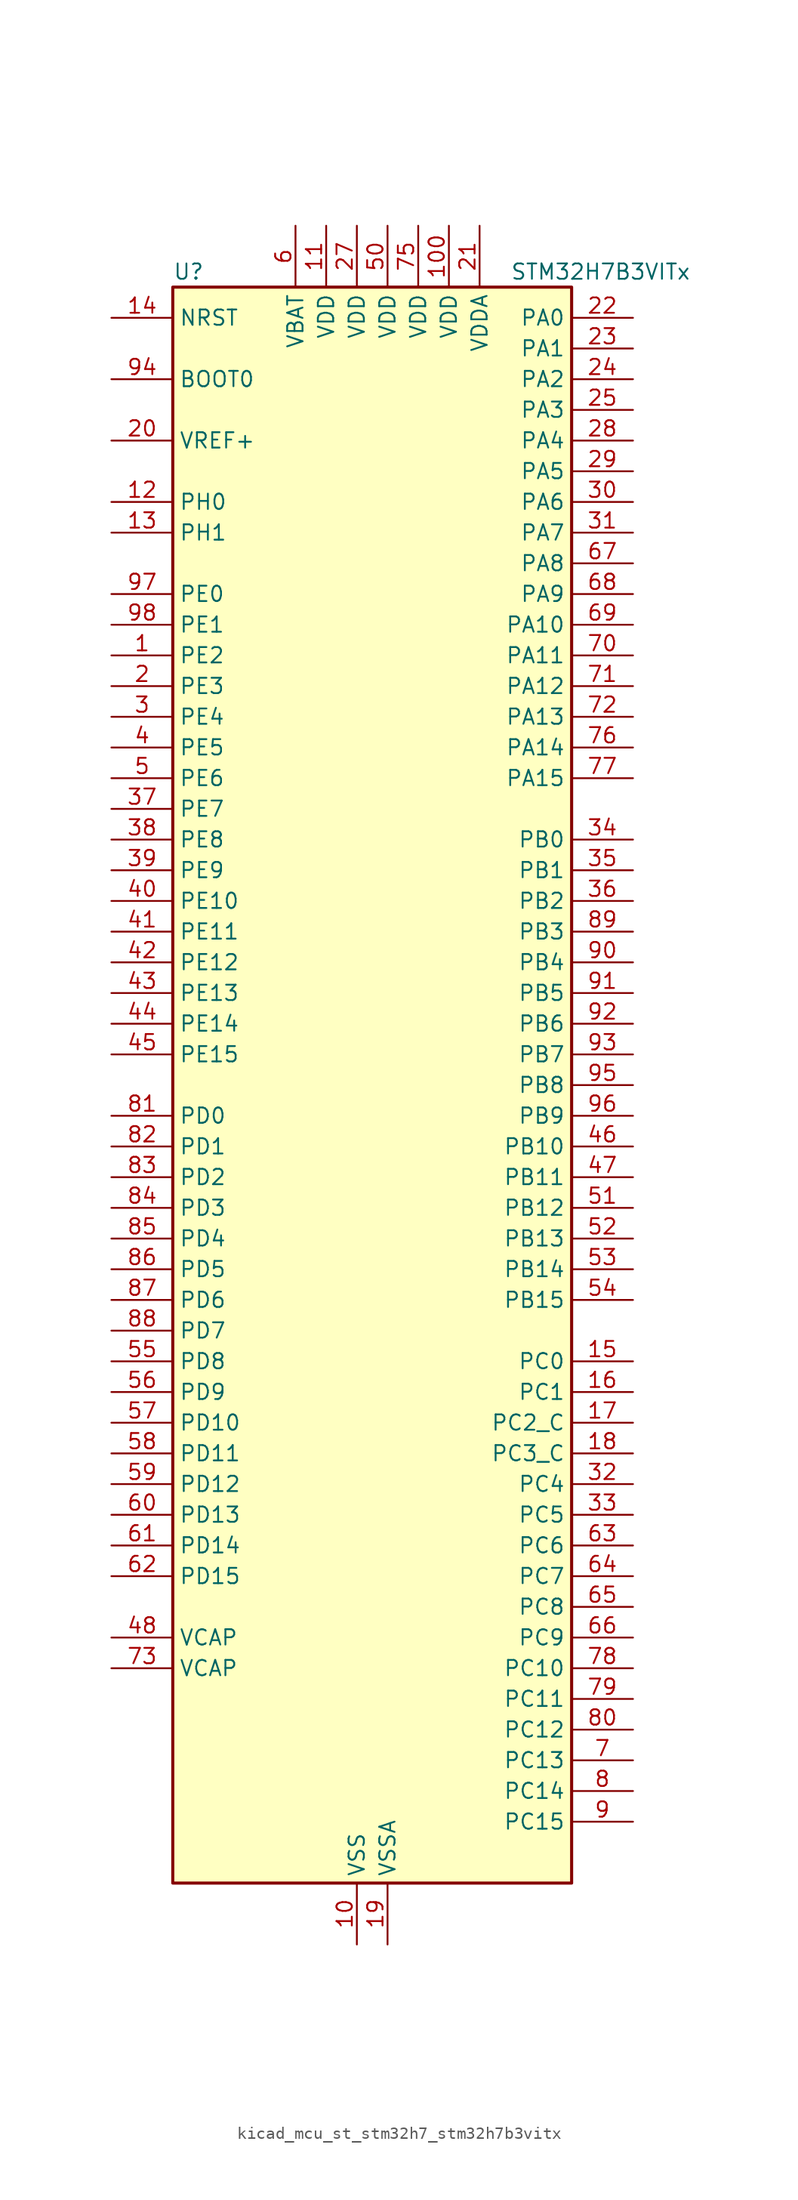
<source format=kicad_sym>
(kicad_symbol_lib
  (version 20220914)
  (generator kicad_symbol_editor)
  (symbol "kicad_mcu_st_stm32h7_stm32h7b3vitx"
    (property "Reference" "U"
      (at -15.24 67.31 0)
      (effects (font (size 1.27 1.27)) (justify left)))
    (property "Value" "STM32H7B3VITx"
      (at 12.7 67.31 0)
      (effects (font (size 1.27 1.27)) (justify left)))
    (property "ki_locked" ""
      (at 0 0 0)
      (effects (font (size 1.27 1.27))))
    (symbol "kicad_mcu_st_stm32h7_stm32h7b3vitx_0_1"
      (rectangle (start -15.24 -66.04) (end 17.78 66.04) (stroke (width 0.254) (type default)) (fill (type background))))
    (symbol "kicad_mcu_st_stm32h7_stm32h7b3vitx_1_1"
      (pin bidirectional line (at -20.32 35.56 0) (length 5.08) (name "PE2" (effects (font (size 1.27 1.27)))) (number "1" (effects (font (size 1.27 1.27)))) (alternate "DEBUG_TRACECLK" bidirectional line) (alternate "FMC_A23" bidirectional line) (alternate "OCTOSPIM_P1_IO2" bidirectional line) (alternate "SAI1_CK1" bidirectional line) (alternate "SAI1_MCLK_A" bidirectional line) (alternate "SPI4_SCK" bidirectional line) (alternate "USART10_RX" bidirectional line))
      (pin power_in line (at 0 -71.12 90) (length 5.08) (name "VSS" (effects (font (size 1.27 1.27)))) (number "10" (effects (font (size 1.27 1.27)))))
      (pin power_in line (at 7.62 71.12 270) (length 5.08) (name "VDD" (effects (font (size 1.27 1.27)))) (number "100" (effects (font (size 1.27 1.27)))))
      (pin power_in line (at -2.54 71.12 270) (length 5.08) (name "VDD" (effects (font (size 1.27 1.27)))) (number "11" (effects (font (size 1.27 1.27)))))
      (pin bidirectional line (at -20.32 48.26 0) (length 5.08) (name "PH0" (effects (font (size 1.27 1.27)))) (number "12" (effects (font (size 1.27 1.27)))) (alternate "RCC_OSC_IN" bidirectional line))
      (pin bidirectional line (at -20.32 45.72 0) (length 5.08) (name "PH1" (effects (font (size 1.27 1.27)))) (number "13" (effects (font (size 1.27 1.27)))) (alternate "RCC_OSC_OUT" bidirectional line))
      (pin input line (at -20.32 63.5 0) (length 5.08) (name "NRST" (effects (font (size 1.27 1.27)))) (number "14" (effects (font (size 1.27 1.27)))))
      (pin bidirectional line (at 22.86 -22.86 180) (length 5.08) (name "PC0" (effects (font (size 1.27 1.27)))) (number "15" (effects (font (size 1.27 1.27)))) (alternate "ADC1_INP10" bidirectional line) (alternate "ADC2_INP10" bidirectional line) (alternate "DFSDM1_CKIN0" bidirectional line) (alternate "DFSDM1_DATIN4" bidirectional line) (alternate "FMC_A25" bidirectional line) (alternate "FMC_SDNWE" bidirectional line) (alternate "LTDC_G2" bidirectional line) (alternate "LTDC_R5" bidirectional line) (alternate "SAI2_FS_B" bidirectional line) (alternate "USB_OTG_HS_ULPI_STP" bidirectional line))
      (pin bidirectional line (at 22.86 -25.4 180) (length 5.08) (name "PC1" (effects (font (size 1.27 1.27)))) (number "16" (effects (font (size 1.27 1.27)))) (alternate "ADC1_INN10" bidirectional line) (alternate "ADC1_INP11" bidirectional line) (alternate "ADC2_INN10" bidirectional line) (alternate "ADC2_INP11" bidirectional line) (alternate "DEBUG_TRACED0" bidirectional line) (alternate "DFSDM1_CKIN4" bidirectional line) (alternate "DFSDM1_DATIN0" bidirectional line) (alternate "I2S2_SDO" bidirectional line) (alternate "LTDC_G5" bidirectional line) (alternate "MDIOS_MDC" bidirectional line) (alternate "OCTOSPIM_P1_IO4" bidirectional line) (alternate "PWR_WKUP6" bidirectional line) (alternate "RTC_TAMP3" bidirectional line) (alternate "SAI1_D1" bidirectional line) (alternate "SAI1_SD_A" bidirectional line) (alternate "SDMMC2_CK" bidirectional line) (alternate "SPI2_MOSI" bidirectional line))
      (pin bidirectional line (at 22.86 -27.94 180) (length 5.08) (name "PC2_C" (effects (font (size 1.27 1.27)))) (number "17" (effects (font (size 1.27 1.27)))) (alternate "ADC2_INN1" bidirectional line) (alternate "ADC2_INP0" bidirectional line) (alternate "DFSDM1_CKIN1" bidirectional line) (alternate "DFSDM1_CKOUT" bidirectional line) (alternate "FMC_SDNE0" bidirectional line) (alternate "I2S2_SDI" bidirectional line) (alternate "OCTOSPIM_P1_IO2" bidirectional line) (alternate "OCTOSPIM_P1_IO5" bidirectional line) (alternate "PWR_CSTOP" bidirectional line) (alternate "SPI2_MISO" bidirectional line) (alternate "USB_OTG_HS_ULPI_DIR" bidirectional line))
      (pin bidirectional line (at 22.86 -30.48 180) (length 5.08) (name "PC3_C" (effects (font (size 1.27 1.27)))) (number "18" (effects (font (size 1.27 1.27)))) (alternate "ADC2_INP1" bidirectional line) (alternate "DFSDM1_DATIN1" bidirectional line) (alternate "FMC_SDCKE0" bidirectional line) (alternate "I2S2_SDO" bidirectional line) (alternate "OCTOSPIM_P1_IO0" bidirectional line) (alternate "OCTOSPIM_P1_IO6" bidirectional line) (alternate "PWR_CSLEEP" bidirectional line) (alternate "SPI2_MOSI" bidirectional line) (alternate "USB_OTG_HS_ULPI_NXT" bidirectional line))
      (pin power_in line (at 2.54 -71.12 90) (length 5.08) (name "VSSA" (effects (font (size 1.27 1.27)))) (number "19" (effects (font (size 1.27 1.27)))))
      (pin bidirectional line (at -20.32 33.02 0) (length 5.08) (name "PE3" (effects (font (size 1.27 1.27)))) (number "2" (effects (font (size 1.27 1.27)))) (alternate "DEBUG_TRACED0" bidirectional line) (alternate "FMC_A19" bidirectional line) (alternate "SAI1_SD_B" bidirectional line) (alternate "TIM15_BKIN" bidirectional line) (alternate "USART10_TX" bidirectional line))
      (pin input line (at -20.32 53.34 0) (length 5.08) (name "VREF+" (effects (font (size 1.27 1.27)))) (number "20" (effects (font (size 1.27 1.27)))) (alternate "VREFBUF_OUT" bidirectional line))
      (pin power_in line (at 10.16 71.12 270) (length 5.08) (name "VDDA" (effects (font (size 1.27 1.27)))) (number "21" (effects (font (size 1.27 1.27)))))
      (pin bidirectional line (at 22.86 63.5 180) (length 5.08) (name "PA0" (effects (font (size 1.27 1.27)))) (number "22" (effects (font (size 1.27 1.27)))) (alternate "ADC1_INP16" bidirectional line) (alternate "I2S6_WS" bidirectional line) (alternate "PWR_WKUP1" bidirectional line) (alternate "SAI2_SD_B" bidirectional line) (alternate "SDMMC2_CMD" bidirectional line) (alternate "SPI6_NSS" bidirectional line) (alternate "TIM15_BKIN" bidirectional line) (alternate "TIM2_CH1" bidirectional line) (alternate "TIM2_ETR" bidirectional line) (alternate "TIM5_CH1" bidirectional line) (alternate "TIM8_ETR" bidirectional line) (alternate "UART4_TX" bidirectional line) (alternate "USART2_CTS" bidirectional line) (alternate "USART2_NSS" bidirectional line))
      (pin bidirectional line (at 22.86 60.96 180) (length 5.08) (name "PA1" (effects (font (size 1.27 1.27)))) (number "23" (effects (font (size 1.27 1.27)))) (alternate "ADC1_INN16" bidirectional line) (alternate "ADC1_INP17" bidirectional line) (alternate "LPTIM3_OUT" bidirectional line) (alternate "LTDC_R2" bidirectional line) (alternate "OCTOSPIM_P1_DQS" bidirectional line) (alternate "OCTOSPIM_P1_IO3" bidirectional line) (alternate "SAI2_MCLK_B" bidirectional line) (alternate "TIM15_CH1N" bidirectional line) (alternate "TIM2_CH2" bidirectional line) (alternate "TIM5_CH2" bidirectional line) (alternate "UART4_RX" bidirectional line) (alternate "USART2_DE" bidirectional line) (alternate "USART2_RTS" bidirectional line))
      (pin bidirectional line (at 22.86 58.42 180) (length 5.08) (name "PA2" (effects (font (size 1.27 1.27)))) (number "24" (effects (font (size 1.27 1.27)))) (alternate "ADC1_INP14" bidirectional line) (alternate "DFSDM2_CKIN1" bidirectional line) (alternate "LTDC_R1" bidirectional line) (alternate "MDIOS_MDIO" bidirectional line) (alternate "PWR_WKUP2" bidirectional line) (alternate "SAI2_SCK_B" bidirectional line) (alternate "TIM15_CH1" bidirectional line) (alternate "TIM2_CH3" bidirectional line) (alternate "TIM5_CH3" bidirectional line) (alternate "USART2_TX" bidirectional line))
      (pin bidirectional line (at 22.86 55.88 180) (length 5.08) (name "PA3" (effects (font (size 1.27 1.27)))) (number "25" (effects (font (size 1.27 1.27)))) (alternate "ADC1_INP15" bidirectional line) (alternate "I2S6_MCK" bidirectional line) (alternate "LTDC_B2" bidirectional line) (alternate "LTDC_B5" bidirectional line) (alternate "OCTOSPIM_P1_CLK" bidirectional line) (alternate "TIM15_CH2" bidirectional line) (alternate "TIM2_CH4" bidirectional line) (alternate "TIM5_CH4" bidirectional line) (alternate "USART2_RX" bidirectional line) (alternate "USB_OTG_HS_ULPI_D0" bidirectional line))
      (pin passive line (at 0 -71.12 90) (length 5.08) hide (name "VSS" (effects (font (size 1.27 1.27)))) (number "26" (effects (font (size 1.27 1.27)))))
      (pin power_in line (at 0 71.12 270) (length 5.08) (name "VDD" (effects (font (size 1.27 1.27)))) (number "27" (effects (font (size 1.27 1.27)))))
      (pin bidirectional line (at 22.86 53.34 180) (length 5.08) (name "PA4" (effects (font (size 1.27 1.27)))) (number "28" (effects (font (size 1.27 1.27)))) (alternate "ADC1_INP18" bidirectional line) (alternate "DAC1_OUT1" bidirectional line) (alternate "DCMI_HSYNC" bidirectional line) (alternate "I2S1_WS" bidirectional line) (alternate "I2S3_WS" bidirectional line) (alternate "I2S6_WS" bidirectional line) (alternate "LTDC_VSYNC" bidirectional line) (alternate "PSSI_DE" bidirectional line) (alternate "SPI1_NSS" bidirectional line) (alternate "SPI3_NSS" bidirectional line) (alternate "SPI6_NSS" bidirectional line) (alternate "TIM5_ETR" bidirectional line) (alternate "USART2_CK" bidirectional line))
      (pin bidirectional line (at 22.86 50.8 180) (length 5.08) (name "PA5" (effects (font (size 1.27 1.27)))) (number "29" (effects (font (size 1.27 1.27)))) (alternate "ADC1_INN18" bidirectional line) (alternate "ADC1_INP19" bidirectional line) (alternate "DAC1_OUT2" bidirectional line) (alternate "I2S1_CK" bidirectional line) (alternate "I2S6_CK" bidirectional line) (alternate "LTDC_R4" bidirectional line) (alternate "PSSI_D14" bidirectional line) (alternate "PWR_NDSTOP2" bidirectional line) (alternate "SPI1_SCK" bidirectional line) (alternate "SPI6_SCK" bidirectional line) (alternate "TIM2_CH1" bidirectional line) (alternate "TIM2_ETR" bidirectional line) (alternate "TIM8_CH1N" bidirectional line) (alternate "USB_OTG_HS_ULPI_CK" bidirectional line))
      (pin bidirectional line (at -20.32 30.48 0) (length 5.08) (name "PE4" (effects (font (size 1.27 1.27)))) (number "3" (effects (font (size 1.27 1.27)))) (alternate "DCMI_D4" bidirectional line) (alternate "DEBUG_TRACED1" bidirectional line) (alternate "DFSDM1_DATIN3" bidirectional line) (alternate "FMC_A20" bidirectional line) (alternate "LTDC_B0" bidirectional line) (alternate "PSSI_D4" bidirectional line) (alternate "SAI1_D2" bidirectional line) (alternate "SAI1_FS_A" bidirectional line) (alternate "SPI4_NSS" bidirectional line) (alternate "TIM15_CH1N" bidirectional line))
      (pin bidirectional line (at 22.86 48.26 180) (length 5.08) (name "PA6" (effects (font (size 1.27 1.27)))) (number "30" (effects (font (size 1.27 1.27)))) (alternate "ADC1_INP3" bidirectional line) (alternate "ADC2_INP3" bidirectional line) (alternate "DAC2_OUT1" bidirectional line) (alternate "DCMI_PIXCLK" bidirectional line) (alternate "I2S1_SDI" bidirectional line) (alternate "I2S6_SDI" bidirectional line) (alternate "LTDC_G2" bidirectional line) (alternate "MDIOS_MDC" bidirectional line) (alternate "OCTOSPIM_P1_IO3" bidirectional line) (alternate "PSSI_PDCK" bidirectional line) (alternate "SPI1_MISO" bidirectional line) (alternate "SPI6_MISO" bidirectional line) (alternate "TIM13_CH1" bidirectional line) (alternate "TIM1_BKIN" bidirectional line) (alternate "TIM1_BKIN_COMP1" bidirectional line) (alternate "TIM1_BKIN_COMP2" bidirectional line) (alternate "TIM3_CH1" bidirectional line) (alternate "TIM8_BKIN" bidirectional line) (alternate "TIM8_BKIN_COMP1" bidirectional line) (alternate "TIM8_BKIN_COMP2" bidirectional line))
      (pin bidirectional line (at 22.86 45.72 180) (length 5.08) (name "PA7" (effects (font (size 1.27 1.27)))) (number "31" (effects (font (size 1.27 1.27)))) (alternate "ADC1_INN3" bidirectional line) (alternate "ADC1_INP7" bidirectional line) (alternate "ADC2_INN3" bidirectional line) (alternate "ADC2_INP7" bidirectional line) (alternate "DFSDM2_DATIN1" bidirectional line) (alternate "FMC_SDNWE" bidirectional line) (alternate "I2S1_SDO" bidirectional line) (alternate "I2S6_SDO" bidirectional line) (alternate "LTDC_VSYNC" bidirectional line) (alternate "OCTOSPIM_P1_IO2" bidirectional line) (alternate "OPAMP1_VINM" bidirectional line) (alternate "SPI1_MOSI" bidirectional line) (alternate "SPI6_MOSI" bidirectional line) (alternate "TIM14_CH1" bidirectional line) (alternate "TIM1_CH1N" bidirectional line) (alternate "TIM3_CH2" bidirectional line) (alternate "TIM8_CH1N" bidirectional line))
      (pin bidirectional line (at 22.86 -33.02 180) (length 5.08) (name "PC4" (effects (font (size 1.27 1.27)))) (number "32" (effects (font (size 1.27 1.27)))) (alternate "ADC1_INP4" bidirectional line) (alternate "ADC2_INP4" bidirectional line) (alternate "COMP1_INM" bidirectional line) (alternate "DFSDM1_CKIN2" bidirectional line) (alternate "FMC_SDNE0" bidirectional line) (alternate "I2S1_MCK" bidirectional line) (alternate "LTDC_R7" bidirectional line) (alternate "OPAMP1_VOUT" bidirectional line) (alternate "SPDIFRX_IN2" bidirectional line))
      (pin bidirectional line (at 22.86 -35.56 180) (length 5.08) (name "PC5" (effects (font (size 1.27 1.27)))) (number "33" (effects (font (size 1.27 1.27)))) (alternate "ADC1_INN4" bidirectional line) (alternate "ADC1_INP8" bidirectional line) (alternate "ADC2_INN4" bidirectional line) (alternate "ADC2_INP8" bidirectional line) (alternate "COMP1_OUT" bidirectional line) (alternate "DFSDM1_DATIN2" bidirectional line) (alternate "FMC_SDCKE0" bidirectional line) (alternate "LTDC_DE" bidirectional line) (alternate "OCTOSPIM_P1_DQS" bidirectional line) (alternate "OPAMP1_VINM" bidirectional line) (alternate "PSSI_D15" bidirectional line) (alternate "SAI1_D3" bidirectional line) (alternate "SPDIFRX_IN3" bidirectional line))
      (pin bidirectional line (at 22.86 20.32 180) (length 5.08) (name "PB0" (effects (font (size 1.27 1.27)))) (number "34" (effects (font (size 1.27 1.27)))) (alternate "ADC1_INN5" bidirectional line) (alternate "ADC1_INP9" bidirectional line) (alternate "ADC2_INN5" bidirectional line) (alternate "ADC2_INP9" bidirectional line) (alternate "COMP1_INP" bidirectional line) (alternate "DFSDM1_CKOUT" bidirectional line) (alternate "DFSDM2_CKOUT" bidirectional line) (alternate "LTDC_G1" bidirectional line) (alternate "LTDC_R3" bidirectional line) (alternate "OCTOSPIM_P1_IO1" bidirectional line) (alternate "OPAMP1_VINP" bidirectional line) (alternate "TIM1_CH2N" bidirectional line) (alternate "TIM3_CH3" bidirectional line) (alternate "TIM8_CH2N" bidirectional line) (alternate "UART4_CTS" bidirectional line) (alternate "USB_OTG_HS_ULPI_D1" bidirectional line))
      (pin bidirectional line (at 22.86 17.78 180) (length 5.08) (name "PB1" (effects (font (size 1.27 1.27)))) (number "35" (effects (font (size 1.27 1.27)))) (alternate "ADC1_INP5" bidirectional line) (alternate "ADC2_INP5" bidirectional line) (alternate "COMP1_INM" bidirectional line) (alternate "DFSDM1_DATIN1" bidirectional line) (alternate "LTDC_G0" bidirectional line) (alternate "LTDC_R6" bidirectional line) (alternate "OCTOSPIM_P1_IO0" bidirectional line) (alternate "TIM1_CH3N" bidirectional line) (alternate "TIM3_CH4" bidirectional line) (alternate "TIM8_CH3N" bidirectional line) (alternate "USB_OTG_HS_ULPI_D2" bidirectional line))
      (pin bidirectional line (at 22.86 15.24 180) (length 5.08) (name "PB2" (effects (font (size 1.27 1.27)))) (number "36" (effects (font (size 1.27 1.27)))) (alternate "COMP1_INP" bidirectional line) (alternate "DFSDM1_CKIN1" bidirectional line) (alternate "I2S3_SDO" bidirectional line) (alternate "OCTOSPIM_P1_CLK" bidirectional line) (alternate "OCTOSPIM_P1_DQS" bidirectional line) (alternate "RTC_OUT_ALARM" bidirectional line) (alternate "RTC_OUT_CALIB" bidirectional line) (alternate "SAI1_D1" bidirectional line) (alternate "SAI1_SD_A" bidirectional line) (alternate "SPI3_MOSI" bidirectional line))
      (pin bidirectional line (at -20.32 22.86 0) (length 5.08) (name "PE7" (effects (font (size 1.27 1.27)))) (number "37" (effects (font (size 1.27 1.27)))) (alternate "COMP2_INM" bidirectional line) (alternate "DFSDM1_DATIN2" bidirectional line) (alternate "FMC_D4" bidirectional line) (alternate "FMC_DA4" bidirectional line) (alternate "OCTOSPIM_P1_IO4" bidirectional line) (alternate "OPAMP2_VOUT" bidirectional line) (alternate "TIM1_ETR" bidirectional line) (alternate "UART7_RX" bidirectional line))
      (pin bidirectional line (at -20.32 20.32 0) (length 5.08) (name "PE8" (effects (font (size 1.27 1.27)))) (number "38" (effects (font (size 1.27 1.27)))) (alternate "COMP2_OUT" bidirectional line) (alternate "DFSDM1_CKIN2" bidirectional line) (alternate "FMC_D5" bidirectional line) (alternate "FMC_DA5" bidirectional line) (alternate "OCTOSPIM_P1_IO5" bidirectional line) (alternate "OPAMP2_VINM" bidirectional line) (alternate "TIM1_CH1N" bidirectional line) (alternate "UART7_TX" bidirectional line))
      (pin bidirectional line (at -20.32 17.78 0) (length 5.08) (name "PE9" (effects (font (size 1.27 1.27)))) (number "39" (effects (font (size 1.27 1.27)))) (alternate "COMP2_INP" bidirectional line) (alternate "DAC1_EXTI9" bidirectional line) (alternate "DFSDM1_CKOUT" bidirectional line) (alternate "FMC_D6" bidirectional line) (alternate "FMC_DA6" bidirectional line) (alternate "OCTOSPIM_P1_IO6" bidirectional line) (alternate "OPAMP2_VINP" bidirectional line) (alternate "TIM1_CH1" bidirectional line) (alternate "UART7_DE" bidirectional line) (alternate "UART7_RTS" bidirectional line))
      (pin bidirectional line (at -20.32 27.94 0) (length 5.08) (name "PE5" (effects (font (size 1.27 1.27)))) (number "4" (effects (font (size 1.27 1.27)))) (alternate "DCMI_D6" bidirectional line) (alternate "DEBUG_TRACED2" bidirectional line) (alternate "DFSDM1_CKIN3" bidirectional line) (alternate "FMC_A21" bidirectional line) (alternate "LTDC_G0" bidirectional line) (alternate "PSSI_D6" bidirectional line) (alternate "SAI1_CK2" bidirectional line) (alternate "SAI1_SCK_A" bidirectional line) (alternate "SPI4_MISO" bidirectional line) (alternate "TIM15_CH1" bidirectional line))
      (pin bidirectional line (at -20.32 15.24 0) (length 5.08) (name "PE10" (effects (font (size 1.27 1.27)))) (number "40" (effects (font (size 1.27 1.27)))) (alternate "COMP2_INM" bidirectional line) (alternate "DFSDM1_DATIN4" bidirectional line) (alternate "FMC_D7" bidirectional line) (alternate "FMC_DA7" bidirectional line) (alternate "OCTOSPIM_P1_IO7" bidirectional line) (alternate "TIM1_CH2N" bidirectional line) (alternate "UART7_CTS" bidirectional line))
      (pin bidirectional line (at -20.32 12.7 0) (length 5.08) (name "PE11" (effects (font (size 1.27 1.27)))) (number "41" (effects (font (size 1.27 1.27)))) (alternate "ADC1_EXTI11" bidirectional line) (alternate "ADC2_EXTI11" bidirectional line) (alternate "COMP2_INP" bidirectional line) (alternate "DFSDM1_CKIN4" bidirectional line) (alternate "FMC_D8" bidirectional line) (alternate "FMC_DA8" bidirectional line) (alternate "LTDC_G3" bidirectional line) (alternate "OCTOSPIM_P1_NCS" bidirectional line) (alternate "SAI2_SD_B" bidirectional line) (alternate "SPI4_NSS" bidirectional line) (alternate "TIM1_CH2" bidirectional line))
      (pin bidirectional line (at -20.32 10.16 0) (length 5.08) (name "PE12" (effects (font (size 1.27 1.27)))) (number "42" (effects (font (size 1.27 1.27)))) (alternate "COMP1_OUT" bidirectional line) (alternate "DFSDM1_DATIN5" bidirectional line) (alternate "FMC_D9" bidirectional line) (alternate "FMC_DA9" bidirectional line) (alternate "LTDC_B4" bidirectional line) (alternate "SAI2_SCK_B" bidirectional line) (alternate "SPI4_SCK" bidirectional line) (alternate "TIM1_CH3N" bidirectional line))
      (pin bidirectional line (at -20.32 7.62 0) (length 5.08) (name "PE13" (effects (font (size 1.27 1.27)))) (number "43" (effects (font (size 1.27 1.27)))) (alternate "COMP2_OUT" bidirectional line) (alternate "DFSDM1_CKIN5" bidirectional line) (alternate "FMC_D10" bidirectional line) (alternate "FMC_DA10" bidirectional line) (alternate "LTDC_DE" bidirectional line) (alternate "SAI2_FS_B" bidirectional line) (alternate "SPI4_MISO" bidirectional line) (alternate "TIM1_CH3" bidirectional line))
      (pin bidirectional line (at -20.32 5.08 0) (length 5.08) (name "PE14" (effects (font (size 1.27 1.27)))) (number "44" (effects (font (size 1.27 1.27)))) (alternate "FMC_D11" bidirectional line) (alternate "FMC_DA11" bidirectional line) (alternate "LTDC_CLK" bidirectional line) (alternate "SAI2_MCLK_B" bidirectional line) (alternate "SPI4_MOSI" bidirectional line) (alternate "TIM1_CH4" bidirectional line))
      (pin bidirectional line (at -20.32 2.54 0) (length 5.08) (name "PE15" (effects (font (size 1.27 1.27)))) (number "45" (effects (font (size 1.27 1.27)))) (alternate "ADC1_EXTI15" bidirectional line) (alternate "ADC2_EXTI15" bidirectional line) (alternate "FMC_D12" bidirectional line) (alternate "FMC_DA12" bidirectional line) (alternate "LTDC_R7" bidirectional line) (alternate "TIM1_BKIN" bidirectional line) (alternate "TIM1_BKIN_COMP1" bidirectional line) (alternate "TIM1_BKIN_COMP2" bidirectional line) (alternate "USART10_CK" bidirectional line))
      (pin bidirectional line (at 22.86 -5.08 180) (length 5.08) (name "PB10" (effects (font (size 1.27 1.27)))) (number "46" (effects (font (size 1.27 1.27)))) (alternate "DFSDM1_DATIN7" bidirectional line) (alternate "I2C2_SCL" bidirectional line) (alternate "I2S2_CK" bidirectional line) (alternate "LPTIM2_IN1" bidirectional line) (alternate "LTDC_G4" bidirectional line) (alternate "OCTOSPIM_P1_NCS" bidirectional line) (alternate "SPI2_SCK" bidirectional line) (alternate "TIM2_CH3" bidirectional line) (alternate "USART3_TX" bidirectional line) (alternate "USB_OTG_HS_ULPI_D3" bidirectional line))
      (pin bidirectional line (at 22.86 -7.62 180) (length 5.08) (name "PB11" (effects (font (size 1.27 1.27)))) (number "47" (effects (font (size 1.27 1.27)))) (alternate "ADC1_EXTI11" bidirectional line) (alternate "ADC2_EXTI11" bidirectional line) (alternate "DFSDM1_CKIN7" bidirectional line) (alternate "I2C2_SDA" bidirectional line) (alternate "LPTIM2_ETR" bidirectional line) (alternate "LTDC_G5" bidirectional line) (alternate "TIM2_CH4" bidirectional line) (alternate "USART3_RX" bidirectional line) (alternate "USB_OTG_HS_ULPI_D4" bidirectional line))
      (pin power_out line (at -20.32 -45.72 0) (length 5.08) (name "VCAP" (effects (font (size 1.27 1.27)))) (number "48" (effects (font (size 1.27 1.27)))))
      (pin passive line (at 0 -71.12 90) (length 5.08) hide (name "VSS" (effects (font (size 1.27 1.27)))) (number "49" (effects (font (size 1.27 1.27)))))
      (pin bidirectional line (at -20.32 25.4 0) (length 5.08) (name "PE6" (effects (font (size 1.27 1.27)))) (number "5" (effects (font (size 1.27 1.27)))) (alternate "DCMI_D7" bidirectional line) (alternate "DEBUG_TRACED3" bidirectional line) (alternate "FMC_A22" bidirectional line) (alternate "LTDC_G1" bidirectional line) (alternate "PSSI_D7" bidirectional line) (alternate "SAI1_D1" bidirectional line) (alternate "SAI1_SD_A" bidirectional line) (alternate "SAI2_MCLK_B" bidirectional line) (alternate "SPI4_MOSI" bidirectional line) (alternate "TIM15_CH2" bidirectional line) (alternate "TIM1_BKIN2" bidirectional line) (alternate "TIM1_BKIN2_COMP1" bidirectional line) (alternate "TIM1_BKIN2_COMP2" bidirectional line))
      (pin power_in line (at 2.54 71.12 270) (length 5.08) (name "VDD" (effects (font (size 1.27 1.27)))) (number "50" (effects (font (size 1.27 1.27)))))
      (pin bidirectional line (at 22.86 -10.16 180) (length 5.08) (name "PB12" (effects (font (size 1.27 1.27)))) (number "51" (effects (font (size 1.27 1.27)))) (alternate "DFSDM1_DATIN1" bidirectional line) (alternate "DFSDM2_DATIN1" bidirectional line) (alternate "FDCAN2_RX" bidirectional line) (alternate "I2C2_SMBA" bidirectional line) (alternate "I2S2_WS" bidirectional line) (alternate "OCTOSPIM_P1_NCLK" bidirectional line) (alternate "SPI2_NSS" bidirectional line) (alternate "TIM1_BKIN" bidirectional line) (alternate "TIM1_BKIN_COMP1" bidirectional line) (alternate "TIM1_BKIN_COMP2" bidirectional line) (alternate "UART5_RX" bidirectional line) (alternate "USART3_CK" bidirectional line) (alternate "USB_OTG_HS_ULPI_D5" bidirectional line))
      (pin bidirectional line (at 22.86 -12.7 180) (length 5.08) (name "PB13" (effects (font (size 1.27 1.27)))) (number "52" (effects (font (size 1.27 1.27)))) (alternate "DCMI_D2" bidirectional line) (alternate "DFSDM1_CKIN1" bidirectional line) (alternate "DFSDM2_CKIN1" bidirectional line) (alternate "FDCAN2_TX" bidirectional line) (alternate "I2S2_CK" bidirectional line) (alternate "LPTIM2_OUT" bidirectional line) (alternate "PSSI_D2" bidirectional line) (alternate "SDMMC1_D0" bidirectional line) (alternate "SPI2_SCK" bidirectional line) (alternate "TIM1_CH1N" bidirectional line) (alternate "UART5_TX" bidirectional line) (alternate "USART3_CTS" bidirectional line) (alternate "USART3_NSS" bidirectional line) (alternate "USB_OTG_HS_ULPI_D6" bidirectional line))
      (pin bidirectional line (at 22.86 -15.24 180) (length 5.08) (name "PB14" (effects (font (size 1.27 1.27)))) (number "53" (effects (font (size 1.27 1.27)))) (alternate "DFSDM1_DATIN2" bidirectional line) (alternate "I2S2_SDI" bidirectional line) (alternate "LTDC_CLK" bidirectional line) (alternate "SDMMC2_D0" bidirectional line) (alternate "SPI2_MISO" bidirectional line) (alternate "TIM12_CH1" bidirectional line) (alternate "TIM1_CH2N" bidirectional line) (alternate "TIM8_CH2N" bidirectional line) (alternate "UART4_DE" bidirectional line) (alternate "UART4_RTS" bidirectional line) (alternate "USART1_TX" bidirectional line) (alternate "USART3_DE" bidirectional line) (alternate "USART3_RTS" bidirectional line))
      (pin bidirectional line (at 22.86 -17.78 180) (length 5.08) (name "PB15" (effects (font (size 1.27 1.27)))) (number "54" (effects (font (size 1.27 1.27)))) (alternate "ADC1_EXTI15" bidirectional line) (alternate "ADC2_EXTI15" bidirectional line) (alternate "DFSDM1_CKIN2" bidirectional line) (alternate "I2S2_SDO" bidirectional line) (alternate "LTDC_G7" bidirectional line) (alternate "RTC_REFIN" bidirectional line) (alternate "SDMMC2_D1" bidirectional line) (alternate "SPI2_MOSI" bidirectional line) (alternate "TIM12_CH2" bidirectional line) (alternate "TIM1_CH3N" bidirectional line) (alternate "TIM8_CH3N" bidirectional line) (alternate "UART4_CTS" bidirectional line) (alternate "USART1_RX" bidirectional line))
      (pin bidirectional line (at -20.32 -22.86 0) (length 5.08) (name "PD8" (effects (font (size 1.27 1.27)))) (number "55" (effects (font (size 1.27 1.27)))) (alternate "DFSDM1_CKIN3" bidirectional line) (alternate "FMC_D13" bidirectional line) (alternate "FMC_DA13" bidirectional line) (alternate "SPDIFRX_IN1" bidirectional line) (alternate "USART3_TX" bidirectional line))
      (pin bidirectional line (at -20.32 -25.4 0) (length 5.08) (name "PD9" (effects (font (size 1.27 1.27)))) (number "56" (effects (font (size 1.27 1.27)))) (alternate "DAC1_EXTI9" bidirectional line) (alternate "DFSDM1_DATIN3" bidirectional line) (alternate "FMC_D14" bidirectional line) (alternate "FMC_DA14" bidirectional line) (alternate "USART3_RX" bidirectional line))
      (pin bidirectional line (at -20.32 -27.94 0) (length 5.08) (name "PD10" (effects (font (size 1.27 1.27)))) (number "57" (effects (font (size 1.27 1.27)))) (alternate "DFSDM1_CKOUT" bidirectional line) (alternate "DFSDM2_CKOUT" bidirectional line) (alternate "FMC_D15" bidirectional line) (alternate "FMC_DA15" bidirectional line) (alternate "LTDC_B3" bidirectional line) (alternate "USART3_CK" bidirectional line))
      (pin bidirectional line (at -20.32 -30.48 0) (length 5.08) (name "PD11" (effects (font (size 1.27 1.27)))) (number "58" (effects (font (size 1.27 1.27)))) (alternate "ADC1_EXTI11" bidirectional line) (alternate "ADC2_EXTI11" bidirectional line) (alternate "FMC_A16" bidirectional line) (alternate "FMC_CLE" bidirectional line) (alternate "I2C4_SMBA" bidirectional line) (alternate "LPTIM2_IN2" bidirectional line) (alternate "OCTOSPIM_P1_IO0" bidirectional line) (alternate "SAI2_SD_A" bidirectional line) (alternate "USART3_CTS" bidirectional line) (alternate "USART3_NSS" bidirectional line))
      (pin bidirectional line (at -20.32 -33.02 0) (length 5.08) (name "PD12" (effects (font (size 1.27 1.27)))) (number "59" (effects (font (size 1.27 1.27)))) (alternate "DCMI_D12" bidirectional line) (alternate "FMC_A17" bidirectional line) (alternate "FMC_ALE" bidirectional line) (alternate "I2C4_SCL" bidirectional line) (alternate "LPTIM1_IN1" bidirectional line) (alternate "LPTIM2_IN1" bidirectional line) (alternate "OCTOSPIM_P1_IO1" bidirectional line) (alternate "PSSI_D12" bidirectional line) (alternate "SAI2_FS_A" bidirectional line) (alternate "TIM4_CH1" bidirectional line) (alternate "USART3_DE" bidirectional line) (alternate "USART3_RTS" bidirectional line))
      (pin power_in line (at -5.08 71.12 270) (length 5.08) (name "VBAT" (effects (font (size 1.27 1.27)))) (number "6" (effects (font (size 1.27 1.27)))))
      (pin bidirectional line (at -20.32 -35.56 0) (length 5.08) (name "PD13" (effects (font (size 1.27 1.27)))) (number "60" (effects (font (size 1.27 1.27)))) (alternate "DCMI_D13" bidirectional line) (alternate "FMC_A18" bidirectional line) (alternate "I2C4_SDA" bidirectional line) (alternate "LPTIM1_OUT" bidirectional line) (alternate "OCTOSPIM_P1_IO3" bidirectional line) (alternate "PSSI_D13" bidirectional line) (alternate "SAI2_SCK_A" bidirectional line) (alternate "TIM4_CH2" bidirectional line) (alternate "UART9_DE" bidirectional line) (alternate "UART9_RTS" bidirectional line))
      (pin bidirectional line (at -20.32 -38.1 0) (length 5.08) (name "PD14" (effects (font (size 1.27 1.27)))) (number "61" (effects (font (size 1.27 1.27)))) (alternate "FMC_D0" bidirectional line) (alternate "FMC_DA0" bidirectional line) (alternate "TIM4_CH3" bidirectional line) (alternate "UART8_CTS" bidirectional line) (alternate "UART9_RX" bidirectional line))
      (pin bidirectional line (at -20.32 -40.64 0) (length 5.08) (name "PD15" (effects (font (size 1.27 1.27)))) (number "62" (effects (font (size 1.27 1.27)))) (alternate "ADC1_EXTI15" bidirectional line) (alternate "ADC2_EXTI15" bidirectional line) (alternate "FMC_D1" bidirectional line) (alternate "FMC_DA1" bidirectional line) (alternate "TIM4_CH4" bidirectional line) (alternate "UART8_DE" bidirectional line) (alternate "UART8_RTS" bidirectional line) (alternate "UART9_TX" bidirectional line))
      (pin bidirectional line (at 22.86 -38.1 180) (length 5.08) (name "PC6" (effects (font (size 1.27 1.27)))) (number "63" (effects (font (size 1.27 1.27)))) (alternate "DCMI_D0" bidirectional line) (alternate "DFSDM1_CKIN3" bidirectional line) (alternate "FMC_NWAIT" bidirectional line) (alternate "I2S2_MCK" bidirectional line) (alternate "LTDC_HSYNC" bidirectional line) (alternate "PSSI_D0" bidirectional line) (alternate "SDMMC1_D0DIR" bidirectional line) (alternate "SDMMC1_D6" bidirectional line) (alternate "SDMMC2_D6" bidirectional line) (alternate "SWPMI1_IO" bidirectional line) (alternate "TIM3_CH1" bidirectional line) (alternate "TIM8_CH1" bidirectional line) (alternate "USART6_TX" bidirectional line))
      (pin bidirectional line (at 22.86 -40.64 180) (length 5.08) (name "PC7" (effects (font (size 1.27 1.27)))) (number "64" (effects (font (size 1.27 1.27)))) (alternate "DCMI_D1" bidirectional line) (alternate "DEBUG_TRGIO" bidirectional line) (alternate "DFSDM1_DATIN3" bidirectional line) (alternate "FMC_NE1" bidirectional line) (alternate "I2S3_MCK" bidirectional line) (alternate "LTDC_G6" bidirectional line) (alternate "PSSI_D1" bidirectional line) (alternate "SDMMC1_D123DIR" bidirectional line) (alternate "SDMMC1_D7" bidirectional line) (alternate "SDMMC2_D7" bidirectional line) (alternate "SWPMI1_TX" bidirectional line) (alternate "TIM3_CH2" bidirectional line) (alternate "TIM8_CH2" bidirectional line) (alternate "USART6_RX" bidirectional line))
      (pin bidirectional line (at 22.86 -43.18 180) (length 5.08) (name "PC8" (effects (font (size 1.27 1.27)))) (number "65" (effects (font (size 1.27 1.27)))) (alternate "DCMI_D2" bidirectional line) (alternate "DEBUG_TRACED1" bidirectional line) (alternate "FMC_INT" bidirectional line) (alternate "FMC_NCE" bidirectional line) (alternate "FMC_NE2" bidirectional line) (alternate "PSSI_D2" bidirectional line) (alternate "SDMMC1_D0" bidirectional line) (alternate "SWPMI1_RX" bidirectional line) (alternate "TIM3_CH3" bidirectional line) (alternate "TIM8_CH3" bidirectional line) (alternate "UART5_DE" bidirectional line) (alternate "UART5_RTS" bidirectional line) (alternate "USART6_CK" bidirectional line))
      (pin bidirectional line (at 22.86 -45.72 180) (length 5.08) (name "PC9" (effects (font (size 1.27 1.27)))) (number "66" (effects (font (size 1.27 1.27)))) (alternate "DAC1_EXTI9" bidirectional line) (alternate "DCMI_D3" bidirectional line) (alternate "I2C3_SDA" bidirectional line) (alternate "I2S_CKIN" bidirectional line) (alternate "LTDC_B2" bidirectional line) (alternate "LTDC_G3" bidirectional line) (alternate "OCTOSPIM_P1_IO0" bidirectional line) (alternate "PSSI_D3" bidirectional line) (alternate "RCC_MCO_2" bidirectional line) (alternate "SDMMC1_D1" bidirectional line) (alternate "SWPMI1_SUSPEND" bidirectional line) (alternate "TIM3_CH4" bidirectional line) (alternate "TIM8_CH4" bidirectional line) (alternate "UART5_CTS" bidirectional line))
      (pin bidirectional line (at 22.86 43.18 180) (length 5.08) (name "PA8" (effects (font (size 1.27 1.27)))) (number "67" (effects (font (size 1.27 1.27)))) (alternate "I2C3_SCL" bidirectional line) (alternate "LTDC_B3" bidirectional line) (alternate "LTDC_R6" bidirectional line) (alternate "RCC_MCO_1" bidirectional line) (alternate "TIM1_CH1" bidirectional line) (alternate "TIM8_BKIN2" bidirectional line) (alternate "TIM8_BKIN2_COMP1" bidirectional line) (alternate "TIM8_BKIN2_COMP2" bidirectional line) (alternate "UART7_RX" bidirectional line) (alternate "USART1_CK" bidirectional line) (alternate "USB_OTG_HS_SOF" bidirectional line))
      (pin bidirectional line (at 22.86 40.64 180) (length 5.08) (name "PA9" (effects (font (size 1.27 1.27)))) (number "68" (effects (font (size 1.27 1.27)))) (alternate "DAC1_EXTI9" bidirectional line) (alternate "DCMI_D0" bidirectional line) (alternate "I2C3_SMBA" bidirectional line) (alternate "I2S2_CK" bidirectional line) (alternate "LPUART1_TX" bidirectional line) (alternate "LTDC_R5" bidirectional line) (alternate "PSSI_D0" bidirectional line) (alternate "SPI2_SCK" bidirectional line) (alternate "TIM1_CH2" bidirectional line) (alternate "USART1_TX" bidirectional line) (alternate "USB_OTG_HS_VBUS" bidirectional line))
      (pin bidirectional line (at 22.86 38.1 180) (length 5.08) (name "PA10" (effects (font (size 1.27 1.27)))) (number "69" (effects (font (size 1.27 1.27)))) (alternate "DCMI_D1" bidirectional line) (alternate "LPUART1_RX" bidirectional line) (alternate "LTDC_B1" bidirectional line) (alternate "LTDC_B4" bidirectional line) (alternate "MDIOS_MDIO" bidirectional line) (alternate "PSSI_D1" bidirectional line) (alternate "TIM1_CH3" bidirectional line) (alternate "USART1_RX" bidirectional line) (alternate "USB_OTG_HS_ID" bidirectional line))
      (pin bidirectional line (at 22.86 -55.88 180) (length 5.08) (name "PC13" (effects (font (size 1.27 1.27)))) (number "7" (effects (font (size 1.27 1.27)))) (alternate "PWR_WKUP4" bidirectional line) (alternate "RTC_OUT_ALARM" bidirectional line) (alternate "RTC_OUT_CALIB" bidirectional line) (alternate "RTC_TAMP1" bidirectional line) (alternate "RTC_TS" bidirectional line))
      (pin bidirectional line (at 22.86 35.56 180) (length 5.08) (name "PA11" (effects (font (size 1.27 1.27)))) (number "70" (effects (font (size 1.27 1.27)))) (alternate "ADC1_EXTI11" bidirectional line) (alternate "ADC2_EXTI11" bidirectional line) (alternate "FDCAN1_RX" bidirectional line) (alternate "I2S2_WS" bidirectional line) (alternate "LPUART1_CTS" bidirectional line) (alternate "LTDC_R4" bidirectional line) (alternate "SPI2_NSS" bidirectional line) (alternate "TIM1_CH4" bidirectional line) (alternate "UART4_RX" bidirectional line) (alternate "USART1_CTS" bidirectional line) (alternate "USART1_NSS" bidirectional line) (alternate "USB_OTG_HS_DM" bidirectional line))
      (pin bidirectional line (at 22.86 33.02 180) (length 5.08) (name "PA12" (effects (font (size 1.27 1.27)))) (number "71" (effects (font (size 1.27 1.27)))) (alternate "FDCAN1_TX" bidirectional line) (alternate "I2S2_CK" bidirectional line) (alternate "LPUART1_DE" bidirectional line) (alternate "LPUART1_RTS" bidirectional line) (alternate "LTDC_R5" bidirectional line) (alternate "SAI2_FS_B" bidirectional line) (alternate "SPI2_SCK" bidirectional line) (alternate "TIM1_ETR" bidirectional line) (alternate "UART4_TX" bidirectional line) (alternate "USART1_DE" bidirectional line) (alternate "USART1_RTS" bidirectional line) (alternate "USB_OTG_HS_DP" bidirectional line))
      (pin bidirectional line (at 22.86 30.48 180) (length 5.08) (name "PA13" (effects (font (size 1.27 1.27)))) (number "72" (effects (font (size 1.27 1.27)))) (alternate "DEBUG_JTMS-SWDIO" bidirectional line))
      (pin power_out line (at -20.32 -48.26 0) (length 5.08) (name "VCAP" (effects (font (size 1.27 1.27)))) (number "73" (effects (font (size 1.27 1.27)))))
      (pin passive line (at 0 -71.12 90) (length 5.08) hide (name "VSS" (effects (font (size 1.27 1.27)))) (number "74" (effects (font (size 1.27 1.27)))))
      (pin power_in line (at 5.08 71.12 270) (length 5.08) (name "VDD" (effects (font (size 1.27 1.27)))) (number "75" (effects (font (size 1.27 1.27)))))
      (pin bidirectional line (at 22.86 27.94 180) (length 5.08) (name "PA14" (effects (font (size 1.27 1.27)))) (number "76" (effects (font (size 1.27 1.27)))) (alternate "DEBUG_JTCK-SWCLK" bidirectional line))
      (pin bidirectional line (at 22.86 25.4 180) (length 5.08) (name "PA15" (effects (font (size 1.27 1.27)))) (number "77" (effects (font (size 1.27 1.27)))) (alternate "ADC1_EXTI15" bidirectional line) (alternate "ADC2_EXTI15" bidirectional line) (alternate "CEC" bidirectional line) (alternate "DEBUG_JTDI" bidirectional line) (alternate "I2S1_WS" bidirectional line) (alternate "I2S3_WS" bidirectional line) (alternate "I2S6_WS" bidirectional line) (alternate "LTDC_B6" bidirectional line) (alternate "LTDC_R3" bidirectional line) (alternate "SPI1_NSS" bidirectional line) (alternate "SPI3_NSS" bidirectional line) (alternate "SPI6_NSS" bidirectional line) (alternate "TIM2_CH1" bidirectional line) (alternate "TIM2_ETR" bidirectional line) (alternate "UART4_DE" bidirectional line) (alternate "UART4_RTS" bidirectional line) (alternate "UART7_TX" bidirectional line))
      (pin bidirectional line (at 22.86 -48.26 180) (length 5.08) (name "PC10" (effects (font (size 1.27 1.27)))) (number "78" (effects (font (size 1.27 1.27)))) (alternate "DCMI_D8" bidirectional line) (alternate "DFSDM1_CKIN5" bidirectional line) (alternate "DFSDM2_CKIN0" bidirectional line) (alternate "I2S3_CK" bidirectional line) (alternate "LTDC_B1" bidirectional line) (alternate "LTDC_R2" bidirectional line) (alternate "OCTOSPIM_P1_IO1" bidirectional line) (alternate "PSSI_D8" bidirectional line) (alternate "SDMMC1_D2" bidirectional line) (alternate "SPI3_SCK" bidirectional line) (alternate "SWPMI1_RX" bidirectional line) (alternate "UART4_TX" bidirectional line) (alternate "USART3_TX" bidirectional line))
      (pin bidirectional line (at 22.86 -50.8 180) (length 5.08) (name "PC11" (effects (font (size 1.27 1.27)))) (number "79" (effects (font (size 1.27 1.27)))) (alternate "ADC1_EXTI11" bidirectional line) (alternate "ADC2_EXTI11" bidirectional line) (alternate "DCMI_D4" bidirectional line) (alternate "DFSDM1_DATIN5" bidirectional line) (alternate "DFSDM2_DATIN0" bidirectional line) (alternate "I2S3_SDI" bidirectional line) (alternate "LTDC_B4" bidirectional line) (alternate "OCTOSPIM_P1_NCS" bidirectional line) (alternate "PSSI_D4" bidirectional line) (alternate "SDMMC1_D3" bidirectional line) (alternate "SPI3_MISO" bidirectional line) (alternate "UART4_RX" bidirectional line) (alternate "USART3_RX" bidirectional line))
      (pin bidirectional line (at 22.86 -58.42 180) (length 5.08) (name "PC14" (effects (font (size 1.27 1.27)))) (number "8" (effects (font (size 1.27 1.27)))) (alternate "RCC_OSC32_IN" bidirectional line))
      (pin bidirectional line (at 22.86 -53.34 180) (length 5.08) (name "PC12" (effects (font (size 1.27 1.27)))) (number "80" (effects (font (size 1.27 1.27)))) (alternate "DCMI_D9" bidirectional line) (alternate "DEBUG_TRACED3" bidirectional line) (alternate "DFSDM2_CKOUT" bidirectional line) (alternate "I2S3_SDO" bidirectional line) (alternate "I2S6_CK" bidirectional line) (alternate "LTDC_R6" bidirectional line) (alternate "PSSI_D9" bidirectional line) (alternate "SDMMC1_CK" bidirectional line) (alternate "SPI3_MOSI" bidirectional line) (alternate "SPI6_SCK" bidirectional line) (alternate "TIM15_CH1" bidirectional line) (alternate "UART5_TX" bidirectional line) (alternate "USART3_CK" bidirectional line))
      (pin bidirectional line (at -20.32 -2.54 0) (length 5.08) (name "PD0" (effects (font (size 1.27 1.27)))) (number "81" (effects (font (size 1.27 1.27)))) (alternate "DFSDM1_CKIN6" bidirectional line) (alternate "FDCAN1_RX" bidirectional line) (alternate "FMC_D2" bidirectional line) (alternate "FMC_DA2" bidirectional line) (alternate "LTDC_B1" bidirectional line) (alternate "UART4_RX" bidirectional line) (alternate "UART9_CTS" bidirectional line))
      (pin bidirectional line (at -20.32 -5.08 0) (length 5.08) (name "PD1" (effects (font (size 1.27 1.27)))) (number "82" (effects (font (size 1.27 1.27)))) (alternate "DFSDM1_DATIN6" bidirectional line) (alternate "FDCAN1_TX" bidirectional line) (alternate "FMC_D3" bidirectional line) (alternate "FMC_DA3" bidirectional line) (alternate "UART4_TX" bidirectional line))
      (pin bidirectional line (at -20.32 -7.62 0) (length 5.08) (name "PD2" (effects (font (size 1.27 1.27)))) (number "83" (effects (font (size 1.27 1.27)))) (alternate "DCMI_D11" bidirectional line) (alternate "DEBUG_TRACED2" bidirectional line) (alternate "LTDC_B2" bidirectional line) (alternate "LTDC_B7" bidirectional line) (alternate "PSSI_D11" bidirectional line) (alternate "SDMMC1_CMD" bidirectional line) (alternate "TIM15_BKIN" bidirectional line) (alternate "TIM3_ETR" bidirectional line) (alternate "UART5_RX" bidirectional line))
      (pin bidirectional line (at -20.32 -10.16 0) (length 5.08) (name "PD3" (effects (font (size 1.27 1.27)))) (number "84" (effects (font (size 1.27 1.27)))) (alternate "DCMI_D5" bidirectional line) (alternate "DFSDM1_CKOUT" bidirectional line) (alternate "FMC_CLK" bidirectional line) (alternate "I2S2_CK" bidirectional line) (alternate "LTDC_G7" bidirectional line) (alternate "PSSI_D5" bidirectional line) (alternate "SPI2_SCK" bidirectional line) (alternate "USART2_CTS" bidirectional line) (alternate "USART2_NSS" bidirectional line))
      (pin bidirectional line (at -20.32 -12.7 0) (length 5.08) (name "PD4" (effects (font (size 1.27 1.27)))) (number "85" (effects (font (size 1.27 1.27)))) (alternate "FMC_NOE" bidirectional line) (alternate "OCTOSPIM_P1_IO4" bidirectional line) (alternate "USART2_DE" bidirectional line) (alternate "USART2_RTS" bidirectional line))
      (pin bidirectional line (at -20.32 -15.24 0) (length 5.08) (name "PD5" (effects (font (size 1.27 1.27)))) (number "86" (effects (font (size 1.27 1.27)))) (alternate "FMC_NWE" bidirectional line) (alternate "OCTOSPIM_P1_IO5" bidirectional line) (alternate "USART2_TX" bidirectional line))
      (pin bidirectional line (at -20.32 -17.78 0) (length 5.08) (name "PD6" (effects (font (size 1.27 1.27)))) (number "87" (effects (font (size 1.27 1.27)))) (alternate "DCMI_D10" bidirectional line) (alternate "DFSDM1_CKIN4" bidirectional line) (alternate "DFSDM1_DATIN1" bidirectional line) (alternate "FMC_NWAIT" bidirectional line) (alternate "I2S3_SDO" bidirectional line) (alternate "LTDC_B2" bidirectional line) (alternate "OCTOSPIM_P1_IO6" bidirectional line) (alternate "PSSI_D10" bidirectional line) (alternate "SAI1_D1" bidirectional line) (alternate "SAI1_SD_A" bidirectional line) (alternate "SDMMC2_CK" bidirectional line) (alternate "SPI3_MOSI" bidirectional line) (alternate "USART2_RX" bidirectional line))
      (pin bidirectional line (at -20.32 -20.32 0) (length 5.08) (name "PD7" (effects (font (size 1.27 1.27)))) (number "88" (effects (font (size 1.27 1.27)))) (alternate "DFSDM1_CKIN1" bidirectional line) (alternate "DFSDM1_DATIN4" bidirectional line) (alternate "FMC_NE1" bidirectional line) (alternate "I2S1_SDO" bidirectional line) (alternate "OCTOSPIM_P1_IO7" bidirectional line) (alternate "SDMMC2_CMD" bidirectional line) (alternate "SPDIFRX_IN0" bidirectional line) (alternate "SPI1_MOSI" bidirectional line) (alternate "USART2_CK" bidirectional line))
      (pin bidirectional line (at 22.86 12.7 180) (length 5.08) (name "PB3" (effects (font (size 1.27 1.27)))) (number "89" (effects (font (size 1.27 1.27)))) (alternate "CRS_SYNC" bidirectional line) (alternate "DEBUG_JTDO-SWO" bidirectional line) (alternate "I2S1_CK" bidirectional line) (alternate "I2S3_CK" bidirectional line) (alternate "I2S6_CK" bidirectional line) (alternate "SDMMC2_D2" bidirectional line) (alternate "SPI1_SCK" bidirectional line) (alternate "SPI3_SCK" bidirectional line) (alternate "SPI6_SCK" bidirectional line) (alternate "TIM2_CH2" bidirectional line) (alternate "UART7_RX" bidirectional line))
      (pin bidirectional line (at 22.86 -60.96 180) (length 5.08) (name "PC15" (effects (font (size 1.27 1.27)))) (number "9" (effects (font (size 1.27 1.27)))) (alternate "ADC1_EXTI15" bidirectional line) (alternate "ADC2_EXTI15" bidirectional line) (alternate "RCC_OSC32_OUT" bidirectional line))
      (pin bidirectional line (at 22.86 10.16 180) (length 5.08) (name "PB4" (effects (font (size 1.27 1.27)))) (number "90" (effects (font (size 1.27 1.27)))) (alternate "DEBUG_JTRST" bidirectional line) (alternate "I2S1_SDI" bidirectional line) (alternate "I2S2_WS" bidirectional line) (alternate "I2S3_SDI" bidirectional line) (alternate "I2S6_SDI" bidirectional line) (alternate "SDMMC2_D3" bidirectional line) (alternate "SPI1_MISO" bidirectional line) (alternate "SPI2_NSS" bidirectional line) (alternate "SPI3_MISO" bidirectional line) (alternate "SPI6_MISO" bidirectional line) (alternate "TIM16_BKIN" bidirectional line) (alternate "TIM3_CH1" bidirectional line) (alternate "UART7_TX" bidirectional line))
      (pin bidirectional line (at 22.86 7.62 180) (length 5.08) (name "PB5" (effects (font (size 1.27 1.27)))) (number "91" (effects (font (size 1.27 1.27)))) (alternate "DCMI_D10" bidirectional line) (alternate "FDCAN2_RX" bidirectional line) (alternate "FMC_SDCKE1" bidirectional line) (alternate "I2C1_SMBA" bidirectional line) (alternate "I2C4_SMBA" bidirectional line) (alternate "I2S1_SDO" bidirectional line) (alternate "I2S3_SDO" bidirectional line) (alternate "I2S6_SDO" bidirectional line) (alternate "LTDC_B5" bidirectional line) (alternate "PSSI_D10" bidirectional line) (alternate "SPI1_MOSI" bidirectional line) (alternate "SPI3_MOSI" bidirectional line) (alternate "SPI6_MOSI" bidirectional line) (alternate "TIM17_BKIN" bidirectional line) (alternate "TIM3_CH2" bidirectional line) (alternate "UART5_RX" bidirectional line) (alternate "USB_OTG_HS_ULPI_D7" bidirectional line))
      (pin bidirectional line (at 22.86 5.08 180) (length 5.08) (name "PB6" (effects (font (size 1.27 1.27)))) (number "92" (effects (font (size 1.27 1.27)))) (alternate "CEC" bidirectional line) (alternate "DCMI_D5" bidirectional line) (alternate "DFSDM1_DATIN5" bidirectional line) (alternate "FDCAN2_TX" bidirectional line) (alternate "FMC_SDNE1" bidirectional line) (alternate "I2C1_SCL" bidirectional line) (alternate "I2C4_SCL" bidirectional line) (alternate "LPUART1_TX" bidirectional line) (alternate "OCTOSPIM_P1_NCS" bidirectional line) (alternate "PSSI_D5" bidirectional line) (alternate "TIM16_CH1N" bidirectional line) (alternate "TIM4_CH1" bidirectional line) (alternate "UART5_TX" bidirectional line) (alternate "USART1_TX" bidirectional line))
      (pin bidirectional line (at 22.86 2.54 180) (length 5.08) (name "PB7" (effects (font (size 1.27 1.27)))) (number "93" (effects (font (size 1.27 1.27)))) (alternate "DCMI_VSYNC" bidirectional line) (alternate "DFSDM1_CKIN5" bidirectional line) (alternate "FMC_NL" bidirectional line) (alternate "I2C1_SDA" bidirectional line) (alternate "I2C4_SDA" bidirectional line) (alternate "LPUART1_RX" bidirectional line) (alternate "PSSI_RDY" bidirectional line) (alternate "PWR_PVD_IN" bidirectional line) (alternate "TIM17_CH1N" bidirectional line) (alternate "TIM4_CH2" bidirectional line) (alternate "USART1_RX" bidirectional line))
      (pin input line (at -20.32 58.42 0) (length 5.08) (name "BOOT0" (effects (font (size 1.27 1.27)))) (number "94" (effects (font (size 1.27 1.27)))))
      (pin bidirectional line (at 22.86 0 180) (length 5.08) (name "PB8" (effects (font (size 1.27 1.27)))) (number "95" (effects (font (size 1.27 1.27)))) (alternate "DCMI_D6" bidirectional line) (alternate "DFSDM1_CKIN7" bidirectional line) (alternate "FDCAN1_RX" bidirectional line) (alternate "I2C1_SCL" bidirectional line) (alternate "I2C4_SCL" bidirectional line) (alternate "LTDC_B6" bidirectional line) (alternate "PSSI_D6" bidirectional line) (alternate "SDMMC1_CKIN" bidirectional line) (alternate "SDMMC1_D4" bidirectional line) (alternate "SDMMC2_D4" bidirectional line) (alternate "TIM16_CH1" bidirectional line) (alternate "TIM4_CH3" bidirectional line) (alternate "UART4_RX" bidirectional line))
      (pin bidirectional line (at 22.86 -2.54 180) (length 5.08) (name "PB9" (effects (font (size 1.27 1.27)))) (number "96" (effects (font (size 1.27 1.27)))) (alternate "DAC1_EXTI9" bidirectional line) (alternate "DCMI_D7" bidirectional line) (alternate "DFSDM1_DATIN7" bidirectional line) (alternate "FDCAN1_TX" bidirectional line) (alternate "I2C1_SDA" bidirectional line) (alternate "I2C4_SDA" bidirectional line) (alternate "I2C4_SMBA" bidirectional line) (alternate "I2S2_WS" bidirectional line) (alternate "LTDC_B7" bidirectional line) (alternate "PSSI_D7" bidirectional line) (alternate "SDMMC1_CDIR" bidirectional line) (alternate "SDMMC1_D5" bidirectional line) (alternate "SDMMC2_D5" bidirectional line) (alternate "SPI2_NSS" bidirectional line) (alternate "TIM17_CH1" bidirectional line) (alternate "TIM4_CH4" bidirectional line) (alternate "UART4_TX" bidirectional line))
      (pin bidirectional line (at -20.32 40.64 0) (length 5.08) (name "PE0" (effects (font (size 1.27 1.27)))) (number "97" (effects (font (size 1.27 1.27)))) (alternate "DCMI_D2" bidirectional line) (alternate "FMC_NBL0" bidirectional line) (alternate "LPTIM1_ETR" bidirectional line) (alternate "LPTIM2_ETR" bidirectional line) (alternate "LTDC_R0" bidirectional line) (alternate "PSSI_D2" bidirectional line) (alternate "SAI2_MCLK_A" bidirectional line) (alternate "TIM4_ETR" bidirectional line) (alternate "UART8_RX" bidirectional line))
      (pin bidirectional line (at -20.32 38.1 0) (length 5.08) (name "PE1" (effects (font (size 1.27 1.27)))) (number "98" (effects (font (size 1.27 1.27)))) (alternate "DCMI_D3" bidirectional line) (alternate "FMC_NBL1" bidirectional line) (alternate "LPTIM1_IN2" bidirectional line) (alternate "LTDC_R6" bidirectional line) (alternate "PSSI_D3" bidirectional line) (alternate "UART8_TX" bidirectional line))
      (pin passive line (at 0 -71.12 90) (length 5.08) hide (name "VSS" (effects (font (size 1.27 1.27)))) (number "99" (effects (font (size 1.27 1.27))))))))
</source>
